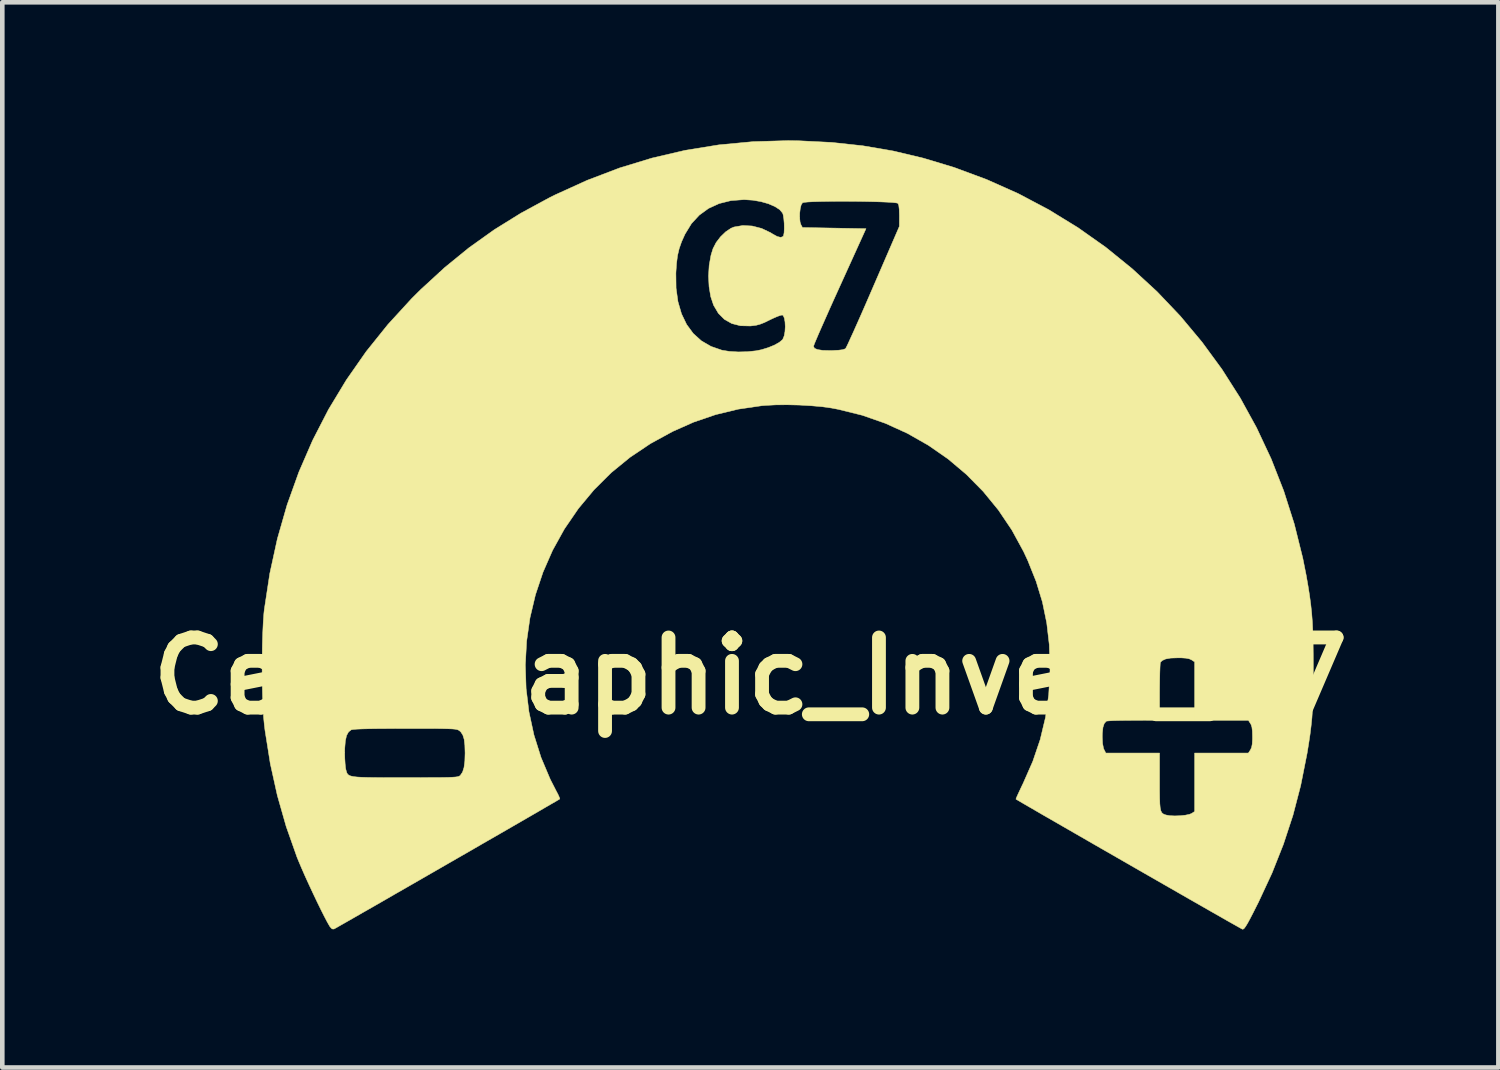
<source format=kicad_pcb>
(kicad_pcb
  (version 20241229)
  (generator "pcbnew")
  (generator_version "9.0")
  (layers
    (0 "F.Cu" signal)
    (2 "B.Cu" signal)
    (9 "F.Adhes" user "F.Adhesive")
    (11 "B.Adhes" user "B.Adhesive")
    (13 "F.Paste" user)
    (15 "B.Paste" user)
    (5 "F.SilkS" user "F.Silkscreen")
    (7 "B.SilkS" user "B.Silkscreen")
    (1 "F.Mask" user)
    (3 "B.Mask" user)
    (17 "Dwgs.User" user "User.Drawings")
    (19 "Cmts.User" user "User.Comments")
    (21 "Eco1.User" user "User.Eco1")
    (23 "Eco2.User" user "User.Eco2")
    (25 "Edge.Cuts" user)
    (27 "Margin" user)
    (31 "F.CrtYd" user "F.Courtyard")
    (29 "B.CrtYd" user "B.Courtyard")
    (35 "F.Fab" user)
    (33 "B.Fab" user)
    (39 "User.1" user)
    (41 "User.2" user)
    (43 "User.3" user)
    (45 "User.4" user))
  (footprint "Cell_Graphic_Invert_C7"
    (layer "F.Cu")
    (at 13.252 11.634)
    (property "Reference" "Cell_Graphic_Invert_C7" (at 0 0 0) (layer "F.SilkS") (effects (font (size 1.524 1.524) (thickness 0.3))))
    (attr through_hole)
    (fp_poly (pts (xy 1.067 -11.625) (xy 1.768 -11.59) (xy 2.444 -11.517) (xy 3.103 -11.404) (xy 3.755 -11.249) (xy 4.409 -11.052) (xy 4.42 -11.049) (xy 5.134 -10.784) (xy 5.822 -10.477) (xy 6.484 -10.127) (xy 7.118 -9.738) (xy 7.722 -9.311) (xy 8.294 -8.847) (xy 8.835 -8.349) (xy 9.341 -7.817) (xy 9.812 -7.253) (xy 10.247 -6.659) (xy 10.643 -6.037) (xy 10.999 -5.389) (xy 11.315 -4.715) (xy 11.588 -4.018) (xy 11.817 -3.299) (xy 12.001 -2.56) (xy 12.076 -2.184) (xy 12.116 -1.954) (xy 12.149 -1.746) (xy 12.175 -1.552) (xy 12.195 -1.362) (xy 12.21 -1.166) (xy 12.22 -0.954) (xy 12.226 -0.718) (xy 12.229 -0.448) (xy 12.23 -0.216) (xy 12.229 0.075) (xy 12.226 0.324) (xy 12.221 0.541) (xy 12.212 0.734) (xy 12.2 0.914) (xy 12.182 1.089) (xy 12.16 1.268) (xy 12.131 1.462) (xy 12.096 1.678) (xy 12.089 1.714) (xy 11.956 2.383) (xy 11.788 3.028) (xy 11.581 3.658) (xy 11.333 4.284) (xy 11.039 4.916) (xy 11.016 4.961) (xy 10.927 5.138) (xy 10.857 5.273) (xy 10.803 5.373) (xy 10.762 5.44) (xy 10.732 5.482) (xy 10.709 5.501) (xy 10.691 5.504) (xy 10.691 5.504) (xy 10.665 5.49) (xy 10.599 5.453) (xy 10.496 5.395) (xy 10.359 5.318) (xy 10.192 5.222) (xy 9.998 5.112) (xy 9.78 4.987) (xy 9.543 4.852) (xy 9.289 4.706) (xy 9.022 4.553) (xy 8.745 4.394) (xy 8.462 4.232) (xy 8.177 4.068) (xy 7.892 3.904) (xy 7.611 3.743) (xy 7.337 3.585) (xy 7.075 3.434) (xy 6.827 3.291) (xy 6.596 3.158) (xy 6.387 3.038) (xy 6.203 2.931) (xy 6.046 2.84) (xy 5.922 2.768) (xy 5.832 2.715) (xy 5.781 2.685) (xy 5.77 2.678) (xy 5.777 2.654) (xy 5.804 2.593) (xy 5.846 2.502) (xy 5.899 2.39) (xy 5.927 2.332) (xy 6.136 1.857) (xy 6.297 1.383) (xy 6.312 1.32) (xy 7.645 1.32) (xy 7.652 1.468) (xy 7.672 1.572) (xy 7.684 1.601) (xy 7.723 1.676) (xy 8.89 1.676) (xy 8.89 2.294) (xy 8.89 2.498) (xy 8.892 2.657) (xy 8.896 2.778) (xy 8.904 2.866) (xy 8.917 2.927) (xy 8.936 2.968) (xy 8.962 2.994) (xy 8.996 3.011) (xy 9.03 3.022) (xy 9.112 3.037) (xy 9.22 3.042) (xy 9.338 3.038) (xy 9.451 3.026) (xy 9.541 3.007) (xy 9.586 2.989) (xy 9.652 2.945) (xy 9.652 1.676) (xy 10.819 1.676) (xy 10.864 1.608) (xy 10.889 1.555) (xy 10.903 1.482) (xy 10.909 1.376) (xy 10.909 1.321) (xy 10.906 1.198) (xy 10.896 1.113) (xy 10.876 1.053) (xy 10.864 1.034) (xy 10.819 0.965) (xy 9.652 0.965) (xy 9.652 -0.304) (xy 9.585 -0.348) (xy 9.534 -0.371) (xy 9.463 -0.385) (xy 9.36 -0.392) (xy 9.286 -0.392) (xy 9.132 -0.387) (xy 9.021 -0.367) (xy 8.947 -0.333) (xy 8.909 -0.295) (xy 8.904 -0.262) (xy 8.9 -0.187) (xy 8.896 -0.075) (xy 8.893 0.066) (xy 8.891 0.228) (xy 8.89 0.349) (xy 8.89 0.965) (xy 8.325 0.966) (xy 8.159 0.967) (xy 8.011 0.969) (xy 7.886 0.972) (xy 7.794 0.977) (xy 7.741 0.982) (xy 7.732 0.985) (xy 7.688 1.035) (xy 7.66 1.12) (xy 7.647 1.246) (xy 7.645 1.32) (xy 6.312 1.32) (xy 6.412 0.902) (xy 6.482 0.408) (xy 6.51 -0.109) (xy 6.51 -0.178) (xy 6.494 -0.677) (xy 6.439 -1.149) (xy 6.345 -1.605) (xy 6.208 -2.054) (xy 6.027 -2.506) (xy 5.934 -2.705) (xy 5.681 -3.169) (xy 5.388 -3.604) (xy 5.058 -4.007) (xy 4.692 -4.378) (xy 4.295 -4.713) (xy 3.867 -5.01) (xy 3.412 -5.269) (xy 2.933 -5.487) (xy 2.432 -5.662) (xy 1.911 -5.791) (xy 1.765 -5.819) (xy 1.561 -5.848) (xy 1.322 -5.869) (xy 1.064 -5.884) (xy 0.801 -5.89) (xy 0.55 -5.888) (xy 0.325 -5.876) (xy 0.25 -5.87) (xy -0.262 -5.795) (xy -0.754 -5.676) (xy -1.234 -5.512) (xy -1.689 -5.31) (xy -2.17 -5.047) (xy -2.614 -4.749) (xy -3.023 -4.415) (xy -3.396 -4.044) (xy -3.735 -3.637) (xy -4.04 -3.192) (xy -4.044 -3.185) (xy -4.297 -2.728) (xy -4.505 -2.253) (xy -4.669 -1.763) (xy -4.788 -1.261) (xy -4.861 -0.752) (xy -4.889 -0.239) (xy -4.872 0.274) (xy -4.81 0.782) (xy -4.702 1.283) (xy -4.548 1.772) (xy -4.348 2.246) (xy -4.221 2.494) (xy -4.178 2.576) (xy -4.15 2.639) (xy -4.14 2.672) (xy -4.141 2.674) (xy -4.165 2.689) (xy -4.23 2.728) (xy -4.333 2.787) (xy -4.469 2.866) (xy -4.635 2.963) (xy -4.829 3.075) (xy -5.045 3.2) (xy -5.282 3.337) (xy -5.535 3.483) (xy -5.802 3.636) (xy -6.078 3.796) (xy -6.36 3.958) (xy -6.645 4.122) (xy -6.93 4.286) (xy -7.211 4.448) (xy -7.484 4.605) (xy -7.746 4.755) (xy -7.993 4.898) (xy -8.223 5.03) (xy -8.432 5.149) (xy -8.616 5.255) (xy -8.772 5.344) (xy -8.897 5.415) (xy -8.986 5.466) (xy -9.037 5.494) (xy -9.048 5.5) (xy -9.088 5.497) (xy -9.131 5.452) (xy -9.144 5.432) (xy -9.192 5.348) (xy -9.256 5.226) (xy -9.332 5.075) (xy -9.416 4.903) (xy -9.504 4.718) (xy -9.592 4.529) (xy -9.676 4.345) (xy -9.751 4.174) (xy -9.814 4.025) (xy -9.85 3.937) (xy -10.085 3.271) (xy -10.277 2.597) (xy -10.43 1.906) (xy -10.467 1.671) (xy -8.814 1.671) (xy -8.811 1.794) (xy -8.804 1.909) (xy -8.795 1.999) (xy -8.787 2.038) (xy -8.776 2.077) (xy -8.765 2.11) (xy -8.748 2.137) (xy -8.722 2.158) (xy -8.682 2.175) (xy -8.623 2.188) (xy -8.542 2.197) (xy -8.434 2.203) (xy -8.295 2.207) (xy -8.121 2.209) (xy -7.906 2.21) (xy -7.647 2.21) (xy -7.5 2.21) (xy -7.228 2.21) (xy -7.002 2.209) (xy -6.818 2.209) (xy -6.672 2.207) (xy -6.557 2.205) (xy -6.471 2.201) (xy -6.409 2.197) (xy -6.365 2.191) (xy -6.336 2.183) (xy -6.317 2.174) (xy -6.303 2.163) (xy -6.301 2.161) (xy -6.253 2.091) (xy -6.221 1.989) (xy -6.203 1.849) (xy -6.198 1.676) (xy -6.203 1.506) (xy -6.218 1.378) (xy -6.247 1.285) (xy -6.29 1.219) (xy -6.316 1.195) (xy -6.334 1.182) (xy -6.354 1.172) (xy -6.382 1.164) (xy -6.423 1.157) (xy -6.481 1.152) (xy -6.561 1.149) (xy -6.668 1.146) (xy -6.806 1.144) (xy -6.98 1.143) (xy -7.195 1.143) (xy -7.455 1.143) (xy -7.495 1.143) (xy -7.8 1.144) (xy -8.057 1.145) (xy -8.266 1.148) (xy -8.43 1.152) (xy -8.551 1.157) (xy -8.631 1.164) (xy -8.67 1.171) (xy -8.672 1.172) (xy -8.73 1.218) (xy -8.773 1.296) (xy -8.799 1.413) (xy -8.812 1.571) (xy -8.814 1.671) (xy -10.467 1.671) (xy -10.544 1.189) (xy -10.559 1.067) (xy -10.576 0.894) (xy -10.589 0.679) (xy -10.598 0.434) (xy -10.604 0.166) (xy -10.607 -0.114) (xy -10.606 -0.396) (xy -10.602 -0.671) (xy -10.594 -0.93) (xy -10.583 -1.163) (xy -10.569 -1.359) (xy -10.559 -1.448) (xy -10.441 -2.223) (xy -10.276 -2.979) (xy -10.065 -3.715) (xy -9.809 -4.429) (xy -9.509 -5.12) (xy -9.165 -5.788) (xy -8.777 -6.43) (xy -8.347 -7.046) (xy -7.874 -7.635) (xy -7.36 -8.196) (xy -7.16 -8.395) (xy -6.773 -8.75) (xy -1.618 -8.75) (xy -1.614 -8.425) (xy -1.573 -8.13) (xy -1.496 -7.866) (xy -1.385 -7.635) (xy -1.241 -7.439) (xy -1.064 -7.279) (xy -0.855 -7.158) (xy -0.616 -7.075) (xy -0.615 -7.075) (xy -0.452 -7.049) (xy -0.261 -7.038) (xy -0.062 -7.043) (xy 0.126 -7.063) (xy 0.239 -7.086) (xy 0.389 -7.132) (xy 0.521 -7.186) (xy 0.627 -7.245) (xy 0.696 -7.302) (xy 0.706 -7.317) (xy 0.735 -7.388) (xy 0.752 -7.482) (xy 0.758 -7.587) (xy 0.753 -7.689) (xy 0.738 -7.774) (xy 0.712 -7.829) (xy 0.696 -7.84) (xy 0.66 -7.835) (xy 0.589 -7.81) (xy 0.497 -7.77) (xy 0.425 -7.736) (xy 0.305 -7.677) (xy 0.21 -7.64) (xy 0.124 -7.617) (xy 0.028 -7.605) (xy -0.001 -7.602) (xy -0.215 -7.607) (xy -0.403 -7.655) (xy -0.563 -7.745) (xy -0.695 -7.877) (xy -0.797 -8.05) (xy -0.799 -8.053) (xy -0.861 -8.239) (xy -0.897 -8.454) (xy -0.909 -8.686) (xy -0.895 -8.919) (xy -0.855 -9.141) (xy -0.811 -9.284) (xy -0.744 -9.414) (xy -0.649 -9.539) (xy -0.537 -9.647) (xy -0.421 -9.725) (xy -0.356 -9.752) (xy -0.164 -9.785) (xy 0.04 -9.774) (xy 0.245 -9.721) (xy 0.439 -9.629) (xy 0.483 -9.601) (xy 0.583 -9.546) (xy 0.66 -9.527) (xy 0.709 -9.546) (xy 0.721 -9.565) (xy 0.733 -9.629) (xy 0.737 -9.723) (xy 0.735 -9.832) (xy 0.726 -9.937) (xy 0.724 -9.95) (xy 1.071 -9.95) (xy 1.08 -9.86) (xy 1.098 -9.804) (xy 1.132 -9.741) (xy 2.512 -9.716) (xy 1.942 -8.46) (xy 1.834 -8.222) (xy 1.733 -7.998) (xy 1.641 -7.79) (xy 1.559 -7.605) (xy 1.489 -7.446) (xy 1.434 -7.317) (xy 1.395 -7.224) (xy 1.375 -7.17) (xy 1.372 -7.159) (xy 1.393 -7.117) (xy 1.46 -7.089) (xy 1.572 -7.072) (xy 1.733 -7.068) (xy 1.784 -7.069) (xy 1.918 -7.076) (xy 2.007 -7.087) (xy 2.058 -7.105) (xy 2.069 -7.113) (xy 2.086 -7.143) (xy 2.121 -7.215) (xy 2.171 -7.325) (xy 2.237 -7.469) (xy 2.314 -7.642) (xy 2.402 -7.84) (xy 2.498 -8.059) (xy 2.6 -8.294) (xy 2.671 -8.458) (xy 3.237 -9.766) (xy 3.238 -10) (xy 3.234 -10.136) (xy 3.224 -10.225) (xy 3.206 -10.267) (xy 3.171 -10.276) (xy 3.093 -10.285) (xy 2.977 -10.292) (xy 2.831 -10.298) (xy 2.661 -10.303) (xy 2.474 -10.307) (xy 2.276 -10.31) (xy 2.075 -10.311) (xy 1.877 -10.311) (xy 1.689 -10.309) (xy 1.518 -10.306) (xy 1.37 -10.302) (xy 1.252 -10.296) (xy 1.17 -10.288) (xy 1.133 -10.279) (xy 1.133 -10.279) (xy 1.104 -10.233) (xy 1.084 -10.153) (xy 1.072 -10.053) (xy 1.071 -9.95) (xy 0.724 -9.95) (xy 0.712 -10.02) (xy 0.7 -10.055) (xy 0.637 -10.13) (xy 0.531 -10.198) (xy 0.392 -10.258) (xy 0.23 -10.304) (xy 0.052 -10.335) (xy -0.132 -10.347) (xy -0.14 -10.347) (xy -0.421 -10.326) (xy -0.678 -10.262) (xy -0.908 -10.157) (xy -1.109 -10.011) (xy -1.28 -9.826) (xy -1.417 -9.602) (xy -1.422 -9.593) (xy -1.494 -9.433) (xy -1.546 -9.285) (xy -1.582 -9.133) (xy -1.604 -8.962) (xy -1.618 -8.756) (xy -1.618 -8.75) (xy -6.773 -8.75) (xy -6.643 -8.87) (xy -6.114 -9.301) (xy -5.563 -9.694) (xy -4.983 -10.054) (xy -4.367 -10.388) (xy -4.245 -10.449) (xy -3.548 -10.766) (xy -2.845 -11.034) (xy -2.134 -11.251) (xy -1.414 -11.419) (xy -0.683 -11.537) (xy 0.061 -11.607) (xy 0.819 -11.629) (xy 1.067 -11.625)) (stroke (width 0.01) (type solid)) (fill yes) (layer "F.SilkS")))
  (gr_rect
    (start -3 -3)
    (end 29.503 20.142)
    (stroke (width 0.1) (type default))
    (fill no)
    (layer "Edge.Cuts")))
</source>
